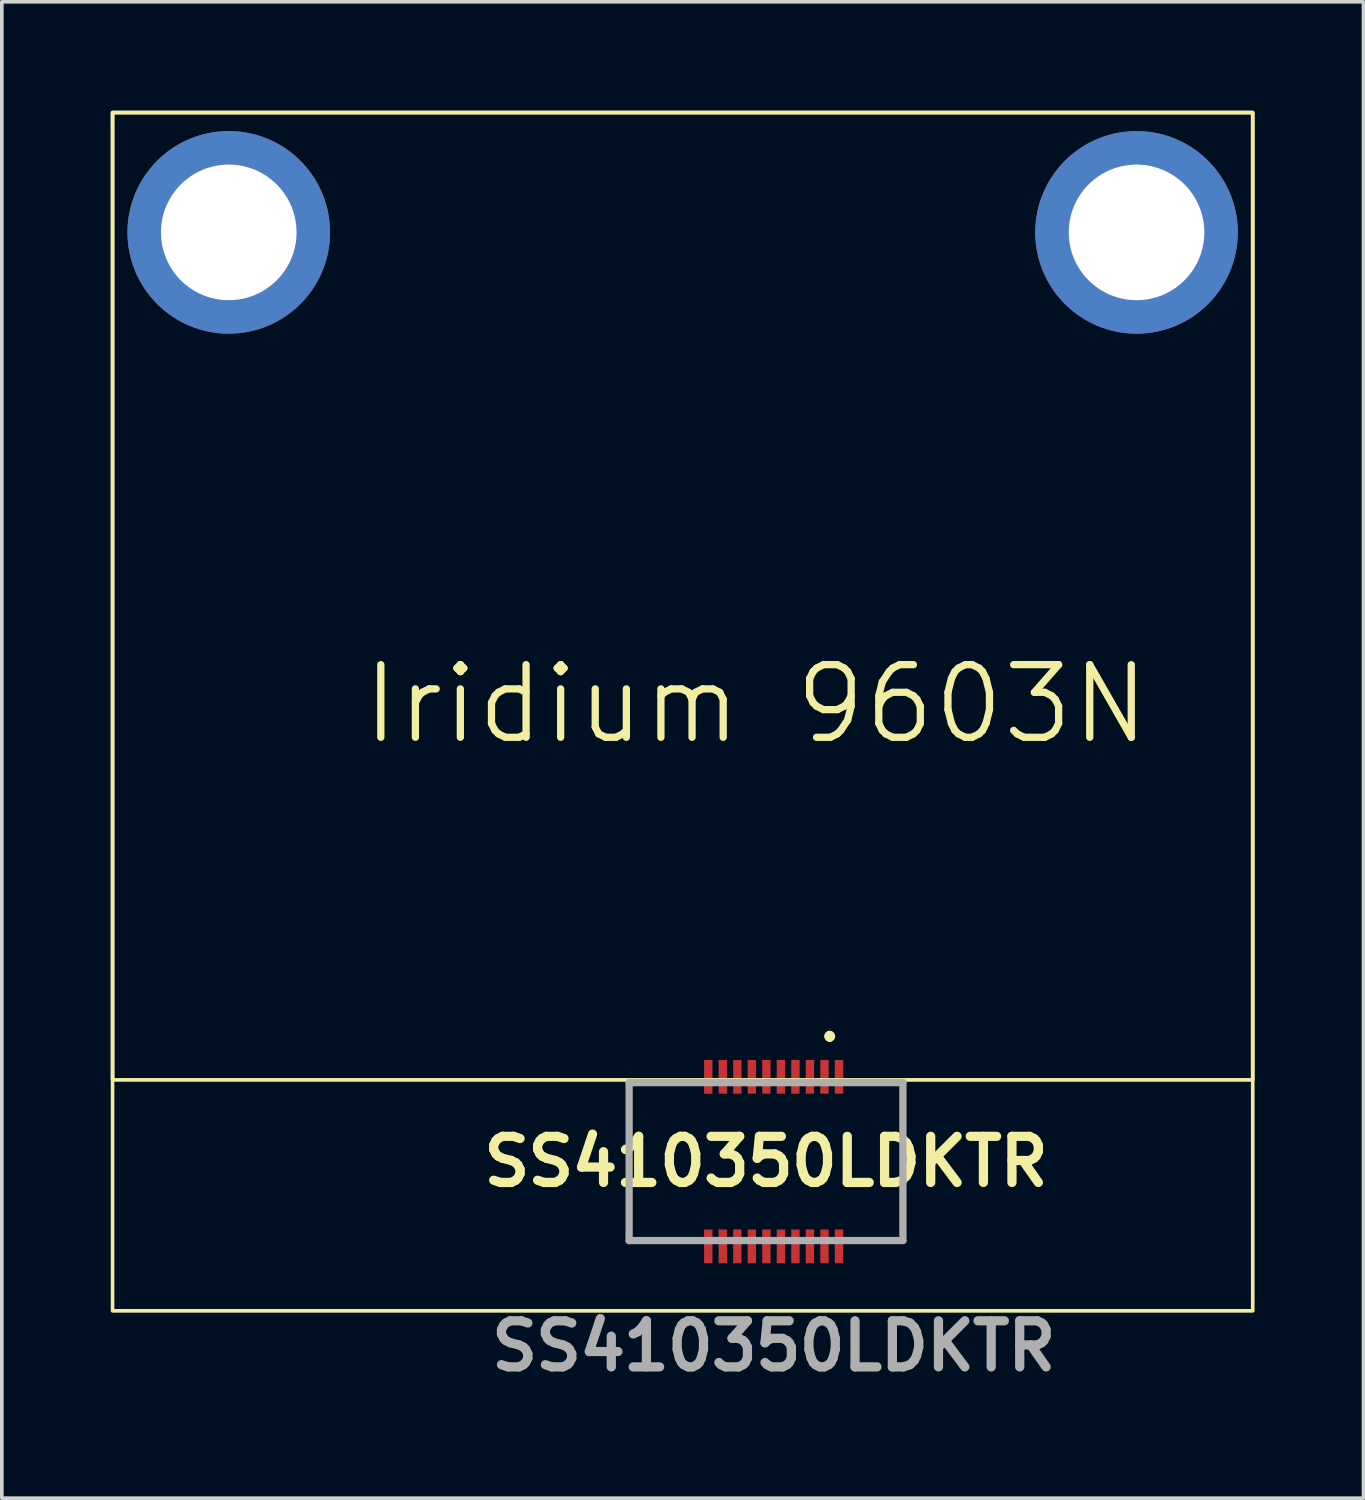
<source format=kicad_pcb>
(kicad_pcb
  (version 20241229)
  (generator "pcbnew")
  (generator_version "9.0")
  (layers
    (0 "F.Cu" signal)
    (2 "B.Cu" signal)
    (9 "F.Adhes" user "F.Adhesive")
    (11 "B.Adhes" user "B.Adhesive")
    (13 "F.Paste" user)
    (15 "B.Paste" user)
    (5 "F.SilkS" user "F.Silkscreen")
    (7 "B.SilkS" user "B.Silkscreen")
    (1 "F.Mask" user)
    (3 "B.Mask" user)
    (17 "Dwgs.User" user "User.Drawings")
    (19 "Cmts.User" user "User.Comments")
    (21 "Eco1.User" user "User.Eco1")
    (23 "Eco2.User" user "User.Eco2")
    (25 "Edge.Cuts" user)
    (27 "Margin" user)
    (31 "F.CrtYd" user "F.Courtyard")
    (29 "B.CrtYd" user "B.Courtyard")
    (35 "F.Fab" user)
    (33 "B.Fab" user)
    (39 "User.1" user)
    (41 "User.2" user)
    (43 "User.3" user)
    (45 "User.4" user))
  (footprint "SS410350LDKTR"
    (layer "F.Cu")
    (at 18.26 28.94)
    (property "Reference" "SS410350LDKTR" (at -0.214 0 0) (layer "F.SilkS") (effects (font (size 1.27 1.27) (thickness 0.254))))
    (attr smd)
    (fp_line (start -3.984 -2.175) (end -2.204 -2.175) (stroke (width 0.1) (type solid)) (layer "F.SilkS"))
    (fp_line (start -3.984 2.175) (end -3.984 -2.175) (stroke (width 0.1) (type solid)) (layer "F.SilkS"))
    (fp_line (start -2.204 2.175) (end -3.984 2.175) (stroke (width 0.1) (type solid)) (layer "F.SilkS"))
    (fp_line (start 1.542 -3.5) (end 1.542 -3.5) (stroke (width 0.2) (type solid)) (layer "F.SilkS"))
    (fp_line (start 1.542 -3.5) (end 1.542 -3.5) (stroke (width 0.2) (type solid)) (layer "F.SilkS"))
    (fp_line (start 1.542 -3.4) (end 1.542 -3.4) (stroke (width 0.2) (type solid)) (layer "F.SilkS"))
    (fp_line (start 2.196 2.175) (end 3.556 2.175) (stroke (width 0.1) (type solid)) (layer "F.SilkS"))
    (fp_line (start 3.556 -2.175) (end 2.196 -2.175) (stroke (width 0.1) (type solid)) (layer "F.SilkS"))
    (fp_line (start 3.556 2.175) (end 3.556 -2.175) (stroke (width 0.1) (type solid)) (layer "F.SilkS"))
    (fp_rect (start 13.19 -28.89) (end -18.21 -2.25) (stroke (width 0.1) (type default)) (fill no) (layer "F.SilkS"))
    (fp_rect (start 13.19 -28.89) (end -18.21 4.11) (stroke (width 0.1) (type default)) (fill no) (layer "F.SilkS"))
    (fp_arc (start 1.542 -3.5) (mid 1.592 -3.45) (end 1.542 -3.4) (stroke (width 0.2) (type solid)) (layer "F.SilkS"))
    (fp_arc (start 1.542 -3.4) (mid 1.492 -3.45) (end 1.542 -3.5) (stroke (width 0.2) (type solid)) (layer "F.SilkS"))
    (fp_arc (start 1.542 -3.4) (mid 1.492 -3.45) (end 1.542 -3.5) (stroke (width 0.2) (type solid)) (layer "F.SilkS"))
    (fp_line (start -3.984 -2.175) (end -3.984 2.175) (stroke (width 0.2) (type solid)) (layer "F.Fab"))
    (fp_line (start -3.984 2.175) (end 3.556 2.175) (stroke (width 0.2) (type solid)) (layer "F.Fab"))
    (fp_line (start 3.556 -2.175) (end -3.984 -2.175) (stroke (width 0.2) (type solid)) (layer "F.Fab"))
    (fp_line (start 3.556 2.175) (end 3.556 -2.175) (stroke (width 0.2) (type solid)) (layer "F.Fab"))
    (fp_text user "Iridium 9603N" (at -11.43 -11.43 0) (unlocked yes) (layer "F.SilkS") (effects (font (size 2 2) (thickness 0.2)) (justify left bottom)))
    (fp_text user "${REFERENCE}" (at 0 5.08 0) (layer "F.Fab") (effects (font (size 1.27 1.27) (thickness 0.254))))
    (pad "1" smd rect (at -1.804 2.335 180) (size 0.23 0.93) (layers "F.Cu" "F.Mask" "F.Paste"))
    (pad "2" smd rect (at -1.804 -2.335 180) (size 0.23 0.93) (layers "F.Cu" "F.Mask" "F.Paste"))
    (pad "3" smd rect (at -1.404 2.335 180) (size 0.23 0.93) (layers "F.Cu" "F.Mask" "F.Paste"))
    (pad "4" smd rect (at -1.404 -2.335 180) (size 0.23 0.93) (layers "F.Cu" "F.Mask" "F.Paste"))
    (pad "5" smd rect (at -1.004 2.335 180) (size 0.23 0.93) (layers "F.Cu" "F.Mask" "F.Paste"))
    (pad "6" smd rect (at -1.004 -2.335 180) (size 0.23 0.93) (layers "F.Cu" "F.Mask" "F.Paste"))
    (pad "7" smd rect (at -0.604 2.335 180) (size 0.23 0.93) (layers "F.Cu" "F.Mask" "F.Paste"))
    (pad "8" smd rect (at -0.604 -2.335 180) (size 0.23 0.93) (layers "F.Cu" "F.Mask" "F.Paste"))
    (pad "9" smd rect (at -0.204 2.335 180) (size 0.23 0.93) (layers "F.Cu" "F.Mask" "F.Paste"))
    (pad "10" smd rect (at -0.204 -2.335 180) (size 0.23 0.93) (layers "F.Cu" "F.Mask" "F.Paste"))
    (pad "11" smd rect (at 0.196 2.335 180) (size 0.23 0.93) (layers "F.Cu" "F.Mask" "F.Paste"))
    (pad "12" smd rect (at 0.196 -2.335 180) (size 0.23 0.93) (layers "F.Cu" "F.Mask" "F.Paste"))
    (pad "13" smd rect (at 0.596 2.335 180) (size 0.23 0.93) (layers "F.Cu" "F.Mask" "F.Paste"))
    (pad "14" smd rect (at 0.596 -2.335 180) (size 0.23 0.93) (layers "F.Cu" "F.Mask" "F.Paste"))
    (pad "15" smd rect (at 0.996 2.335 180) (size 0.23 0.93) (layers "F.Cu" "F.Mask" "F.Paste"))
    (pad "16" smd rect (at 0.996 -2.335 180) (size 0.23 0.93) (layers "F.Cu" "F.Mask" "F.Paste"))
    (pad "17" smd rect (at 1.396 2.335 180) (size 0.23 0.93) (layers "F.Cu" "F.Mask" "F.Paste"))
    (pad "18" smd rect (at 1.396 -2.335 180) (size 0.23 0.93) (layers "F.Cu" "F.Mask" "F.Paste"))
    (pad "19" smd rect (at 1.796 2.335 180) (size 0.23 0.93) (layers "F.Cu" "F.Mask" "F.Paste"))
    (pad "20" smd rect (at 1.796 -2.335 180) (size 0.23 0.93) (layers "F.Cu" "F.Mask" "F.Paste"))
    (pad "21" thru_hole circle (at -15.01 -25.59) (size 5.58 5.58) (drill 3.734) (layers "*.Cu" "*.Mask"))
    (pad "21" thru_hole circle (at 9.99 -25.59) (size 5.58 5.58) (drill 3.734) (layers "*.Cu" "*.Mask")))
  (gr_rect
    (start -3 -3)
    (end 34.5 38.209)
    (stroke (width 0.1) (type default))
    (fill no)
    (layer "Edge.Cuts")))
</source>
